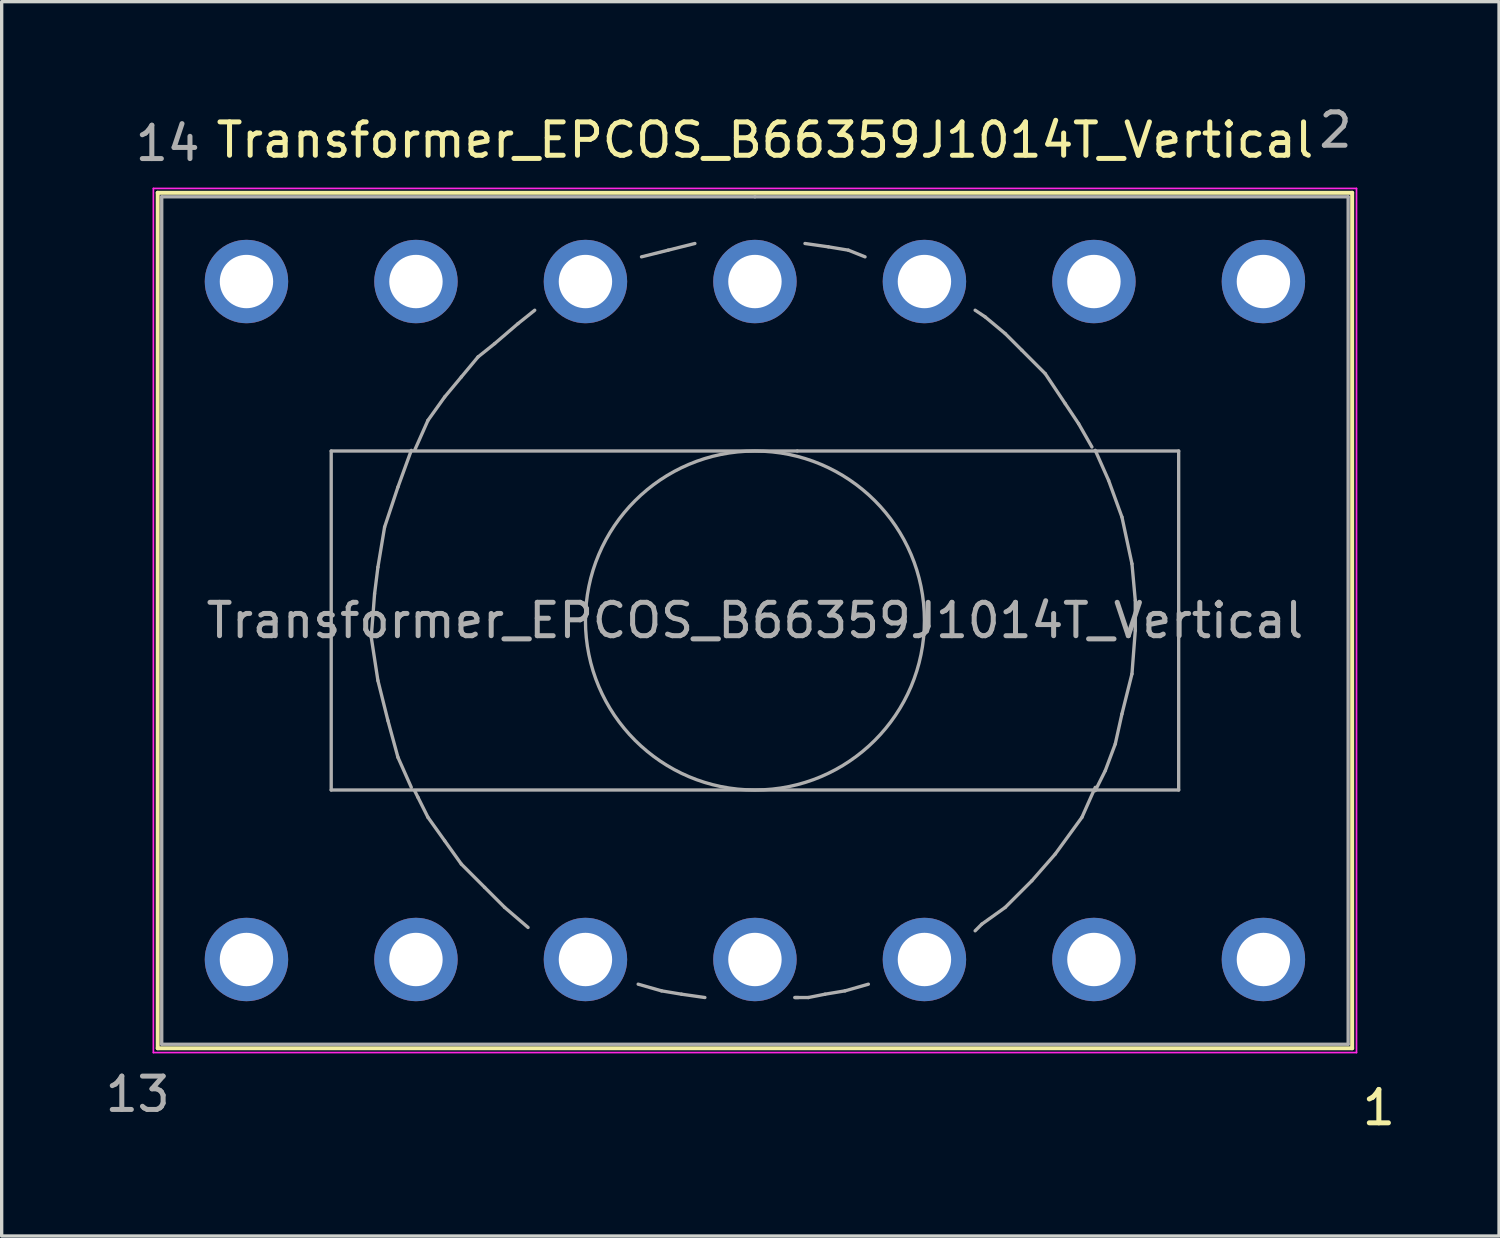
<source format=kicad_pcb>
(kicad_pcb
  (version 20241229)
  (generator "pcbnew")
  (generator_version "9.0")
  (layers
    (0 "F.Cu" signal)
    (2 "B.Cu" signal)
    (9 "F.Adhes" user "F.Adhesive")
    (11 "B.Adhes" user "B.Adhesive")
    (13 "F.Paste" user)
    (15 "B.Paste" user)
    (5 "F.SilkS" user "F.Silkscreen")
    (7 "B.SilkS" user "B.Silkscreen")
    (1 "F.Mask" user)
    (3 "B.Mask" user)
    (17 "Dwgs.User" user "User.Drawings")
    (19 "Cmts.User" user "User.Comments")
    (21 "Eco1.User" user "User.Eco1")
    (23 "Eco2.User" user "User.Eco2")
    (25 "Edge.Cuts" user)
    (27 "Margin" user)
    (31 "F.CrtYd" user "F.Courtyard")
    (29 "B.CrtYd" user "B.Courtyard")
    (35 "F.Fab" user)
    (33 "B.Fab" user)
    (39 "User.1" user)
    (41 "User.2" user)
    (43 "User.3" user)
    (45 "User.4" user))
  (footprint "Transformer_EPCOS_B66359J1014T_Vertical"
    (layer "F.Cu")
    (at 34.817 25.708)
    (property "Reference" "Transformer_EPCOS_B66359J1014T_Vertical" (at -14.94 -24.56 0) (layer "F.SilkS") (effects (font (size 1 1) (thickness 0.15))))
    (attr through_hole)
    (fp_line (start -33.14 -22.98) (end -33.14 2.66) (stroke (width 0.12) (type solid)) (layer "F.SilkS"))
    (fp_line (start -33.14 -22.98) (end 2.66 -22.98) (stroke (width 0.12) (type solid)) (layer "F.SilkS"))
    (fp_line (start 2.66 2.66) (end -33.14 2.66) (stroke (width 0.12) (type solid)) (layer "F.SilkS"))
    (fp_line (start 2.66 2.66) (end 2.66 -22.98) (stroke (width 0.12) (type solid)) (layer "F.SilkS"))
    (fp_line (start -33.27 -23.11) (end -33.27 2.79) (stroke (width 0.05) (type solid)) (layer "F.CrtYd"))
    (fp_line (start -33.27 -23.11) (end 2.79 -23.11) (stroke (width 0.05) (type solid)) (layer "F.CrtYd"))
    (fp_line (start 2.79 2.79) (end -33.27 2.79) (stroke (width 0.05) (type solid)) (layer "F.CrtYd"))
    (fp_line (start 2.79 2.79) (end 2.79 -23.11) (stroke (width 0.05) (type solid)) (layer "F.CrtYd"))
    (fp_line (start -33.02 -22.86) (end -33.02 2.54) (stroke (width 0.1) (type solid)) (layer "F.Fab"))
    (fp_line (start -33.02 2.54) (end 2.54 2.54) (stroke (width 0.1) (type solid)) (layer "F.Fab"))
    (fp_line (start -27.94 -15.24) (end -13.97 -15.24) (stroke (width 0.1) (type solid)) (layer "F.Fab"))
    (fp_line (start -27.94 -5.08) (end -27.94 -15.24) (stroke (width 0.1) (type solid)) (layer "F.Fab"))
    (fp_line (start -26.74 -9.66) (end -26.54 -8.36) (stroke (width 0.1) (type solid)) (layer "F.Fab"))
    (fp_line (start -26.64 -10.96) (end -26.74 -9.66) (stroke (width 0.1) (type solid)) (layer "F.Fab"))
    (fp_line (start -26.54 -11.76) (end -26.64 -10.96) (stroke (width 0.1) (type solid)) (layer "F.Fab"))
    (fp_line (start -26.54 -8.36) (end -26.24 -7.16) (stroke (width 0.1) (type solid)) (layer "F.Fab"))
    (fp_line (start -26.34 -12.96) (end -26.54 -11.76) (stroke (width 0.1) (type solid)) (layer "F.Fab"))
    (fp_line (start -26.24 -7.16) (end -25.94 -6.06) (stroke (width 0.1) (type solid)) (layer "F.Fab"))
    (fp_line (start -25.94 -14.16) (end -26.34 -12.96) (stroke (width 0.1) (type solid)) (layer "F.Fab"))
    (fp_line (start -25.94 -6.06) (end -25.54 -5.16) (stroke (width 0.1) (type solid)) (layer "F.Fab"))
    (fp_line (start -25.54 -15.26) (end -25.94 -14.16) (stroke (width 0.1) (type solid)) (layer "F.Fab"))
    (fp_line (start -25.34 -4.86) (end -25.44 -5.06) (stroke (width 0.1) (type solid)) (layer "F.Fab"))
    (fp_line (start -25.04 -16.16) (end -25.44 -15.26) (stroke (width 0.1) (type solid)) (layer "F.Fab"))
    (fp_line (start -25.04 -4.26) (end -25.34 -4.86) (stroke (width 0.1) (type solid)) (layer "F.Fab"))
    (fp_line (start -24.54 -16.86) (end -25.04 -16.16) (stroke (width 0.1) (type solid)) (layer "F.Fab"))
    (fp_line (start -24.54 -3.56) (end -25.04 -4.26) (stroke (width 0.1) (type solid)) (layer "F.Fab"))
    (fp_line (start -24.04 -17.46) (end -24.54 -16.86) (stroke (width 0.1) (type solid)) (layer "F.Fab"))
    (fp_line (start -24.04 -2.86) (end -24.54 -3.56) (stroke (width 0.1) (type solid)) (layer "F.Fab"))
    (fp_line (start -23.54 -18.06) (end -24.04 -17.46) (stroke (width 0.1) (type solid)) (layer "F.Fab"))
    (fp_line (start -23.34 -2.16) (end -24.04 -2.86) (stroke (width 0.1) (type solid)) (layer "F.Fab"))
    (fp_line (start -23.04 -18.46) (end -23.54 -18.06) (stroke (width 0.1) (type solid)) (layer "F.Fab"))
    (fp_line (start -22.74 -1.56) (end -23.34 -2.16) (stroke (width 0.1) (type solid)) (layer "F.Fab"))
    (fp_line (start -22.34 -19.06) (end -23.04 -18.46) (stroke (width 0.1) (type solid)) (layer "F.Fab"))
    (fp_line (start -22.04 -0.96) (end -22.74 -1.56) (stroke (width 0.1) (type solid)) (layer "F.Fab"))
    (fp_line (start -21.84 -19.46) (end -22.34 -19.06) (stroke (width 0.1) (type solid)) (layer "F.Fab"))
    (fp_line (start -18.04 0.94) (end -18.74 0.74) (stroke (width 0.1) (type solid)) (layer "F.Fab"))
    (fp_line (start -17.84 -21.26) (end -18.64 -21.06) (stroke (width 0.1) (type solid)) (layer "F.Fab"))
    (fp_line (start -17.44 1.04) (end -18.04 0.94) (stroke (width 0.1) (type solid)) (layer "F.Fab"))
    (fp_line (start -17.04 -21.46) (end -17.84 -21.26) (stroke (width 0.1) (type solid)) (layer "F.Fab"))
    (fp_line (start -16.74 1.14) (end -17.44 1.04) (stroke (width 0.1) (type solid)) (layer "F.Fab"))
    (fp_line (start -15.24 -22.86) (end -33.02 -22.86) (stroke (width 0.1) (type solid)) (layer "F.Fab"))
    (fp_line (start -15.24 -22.86) (end 2.54 -22.86) (stroke (width 0.1) (type solid)) (layer "F.Fab"))
    (fp_line (start -14.04 1.14) (end -13.94 1.14) (stroke (width 0.1) (type solid)) (layer "F.Fab"))
    (fp_line (start -13.97 -15.24) (end -2.54 -15.24) (stroke (width 0.1) (type solid)) (layer "F.Fab"))
    (fp_line (start -13.64 1.14) (end -14.04 1.14) (stroke (width 0.1) (type solid)) (layer "F.Fab"))
    (fp_line (start -13.14 1.04) (end -13.64 1.14) (stroke (width 0.1) (type solid)) (layer "F.Fab"))
    (fp_line (start -13.04 -21.36) (end -13.74 -21.46) (stroke (width 0.1) (type solid)) (layer "F.Fab"))
    (fp_line (start -12.54 0.94) (end -13.14 1.04) (stroke (width 0.1) (type solid)) (layer "F.Fab"))
    (fp_line (start -12.44 -21.26) (end -13.04 -21.36) (stroke (width 0.1) (type solid)) (layer "F.Fab"))
    (fp_line (start -11.94 -21.06) (end -12.44 -21.26) (stroke (width 0.1) (type solid)) (layer "F.Fab"))
    (fp_line (start -11.84 0.74) (end -12.54 0.94) (stroke (width 0.1) (type solid)) (layer "F.Fab"))
    (fp_line (start -8.64 -19.46) (end -8.34 -19.26) (stroke (width 0.1) (type solid)) (layer "F.Fab"))
    (fp_line (start -8.44 -1.06) (end -8.64 -0.86) (stroke (width 0.1) (type solid)) (layer "F.Fab"))
    (fp_line (start -8.34 -19.26) (end -7.74 -18.76) (stroke (width 0.1) (type solid)) (layer "F.Fab"))
    (fp_line (start -7.74 -18.76) (end -7.24 -18.26) (stroke (width 0.1) (type solid)) (layer "F.Fab"))
    (fp_line (start -7.74 -1.56) (end -8.44 -1.06) (stroke (width 0.1) (type solid)) (layer "F.Fab"))
    (fp_line (start -7.24 -18.26) (end -6.54 -17.56) (stroke (width 0.1) (type solid)) (layer "F.Fab"))
    (fp_line (start -6.94 -2.36) (end -7.74 -1.56) (stroke (width 0.1) (type solid)) (layer "F.Fab"))
    (fp_line (start -6.54 -17.56) (end -5.94 -16.66) (stroke (width 0.1) (type solid)) (layer "F.Fab"))
    (fp_line (start -6.24 -3.16) (end -6.94 -2.36) (stroke (width 0.1) (type solid)) (layer "F.Fab"))
    (fp_line (start -5.94 -16.66) (end -5.54 -16.06) (stroke (width 0.1) (type solid)) (layer "F.Fab"))
    (fp_line (start -5.54 -16.06) (end -5.14 -15.36) (stroke (width 0.1) (type solid)) (layer "F.Fab"))
    (fp_line (start -5.44 -4.26) (end -6.24 -3.16) (stroke (width 0.1) (type solid)) (layer "F.Fab"))
    (fp_line (start -5.04 -15.26) (end -4.64 -14.36) (stroke (width 0.1) (type solid)) (layer "F.Fab"))
    (fp_line (start -5.04 -5.16) (end -5.44 -4.26) (stroke (width 0.1) (type solid)) (layer "F.Fab"))
    (fp_line (start -4.74 -5.66) (end -5.04 -5.06) (stroke (width 0.1) (type solid)) (layer "F.Fab"))
    (fp_line (start -4.64 -14.36) (end -4.24 -13.26) (stroke (width 0.1) (type solid)) (layer "F.Fab"))
    (fp_line (start -4.44 -6.46) (end -4.74 -5.66) (stroke (width 0.1) (type solid)) (layer "F.Fab"))
    (fp_line (start -4.24 -13.26) (end -3.94 -11.86) (stroke (width 0.1) (type solid)) (layer "F.Fab"))
    (fp_line (start -4.24 -7.36) (end -4.44 -6.46) (stroke (width 0.1) (type solid)) (layer "F.Fab"))
    (fp_line (start -3.94 -11.86) (end -3.84 -10.76) (stroke (width 0.1) (type solid)) (layer "F.Fab"))
    (fp_line (start -3.94 -8.56) (end -4.24 -7.36) (stroke (width 0.1) (type solid)) (layer "F.Fab"))
    (fp_line (start -3.84 -10.76) (end -3.84 -9.86) (stroke (width 0.1) (type solid)) (layer "F.Fab"))
    (fp_line (start -3.84 -9.86) (end -3.94 -8.56) (stroke (width 0.1) (type solid)) (layer "F.Fab"))
    (fp_line (start -2.54 -15.24) (end -2.54 -5.08) (stroke (width 0.1) (type solid)) (layer "F.Fab"))
    (fp_line (start -2.54 -5.08) (end -27.94 -5.08) (stroke (width 0.1) (type solid)) (layer "F.Fab"))
    (fp_line (start 2.54 -22.86) (end 2.54 2.54) (stroke (width 0.1) (type solid)) (layer "F.Fab"))
    (fp_circle (center -15.24 -10.16) (end -15.24 -15.24) (stroke (width 0.1) (type solid)) (fill no) (layer "F.Fab"))
    (fp_text user "1" (at 3.46 4.44 0) (layer "F.SilkS") (effects (font (size 1 1) (thickness 0.15))))
    (fp_text user "14" (at -32.84 -24.46 0) (layer "F.Fab") (effects (font (size 1 1) (thickness 0.15))))
    (fp_text user "2" (at 2.16 -24.86 0) (layer "F.Fab") (effects (font (size 1 1) (thickness 0.15))))
    (fp_text user "13" (at -33.74 4.04 0) (layer "F.Fab") (effects (font (size 1 1) (thickness 0.15))))
    (fp_text user "${REFERENCE}" (at -15.24 -10.16 0) (layer "F.Fab") (effects (font (size 1 1) (thickness 0.15))))
    (pad "1" thru_hole circle (at 0 0) (size 2.5 2.5) (drill 1.6) (layers "*.Cu" "*.Mask"))
    (pad "2" thru_hole circle (at 0 -20.32) (size 2.5 2.5) (drill 1.6) (layers "*.Cu" "*.Mask"))
    (pad "3" thru_hole circle (at -5.08 0) (size 2.5 2.5) (drill 1.6) (layers "*.Cu" "*.Mask"))
    (pad "4" thru_hole circle (at -5.08 -20.32) (size 2.5 2.5) (drill 1.6) (layers "*.Cu" "*.Mask"))
    (pad "5" thru_hole circle (at -10.16 0) (size 2.5 2.5) (drill 1.6) (layers "*.Cu" "*.Mask"))
    (pad "6" thru_hole circle (at -10.16 -20.32) (size 2.5 2.5) (drill 1.6) (layers "*.Cu" "*.Mask"))
    (pad "7" thru_hole circle (at -15.24 0) (size 2.5 2.5) (drill 1.6) (layers "*.Cu" "*.Mask"))
    (pad "8" thru_hole circle (at -15.24 -20.32) (size 2.5 2.5) (drill 1.6) (layers "*.Cu" "*.Mask"))
    (pad "9" thru_hole circle (at -20.32 0) (size 2.5 2.5) (drill 1.6) (layers "*.Cu" "*.Mask"))
    (pad "10" thru_hole circle (at -20.32 -20.32) (size 2.5 2.5) (drill 1.6) (layers "*.Cu" "*.Mask"))
    (pad "11" thru_hole circle (at -25.4 0) (size 2.5 2.5) (drill 1.6) (layers "*.Cu" "*.Mask"))
    (pad "12" thru_hole circle (at -25.4 -20.32) (size 2.5 2.5) (drill 1.6) (layers "*.Cu" "*.Mask"))
    (pad "13" thru_hole circle (at -30.48 0) (size 2.5 2.5) (drill 1.6) (layers "*.Cu" "*.Mask"))
    (pad "14" thru_hole circle (at -30.48 -20.32) (size 2.5 2.5) (drill 1.6) (layers "*.Cu" "*.Mask")))
  (gr_rect
    (start -3 -3)
    (end 41.879 33.996)
    (stroke (width 0.1) (type default))
    (fill no)
    (layer "Edge.Cuts")))
</source>
